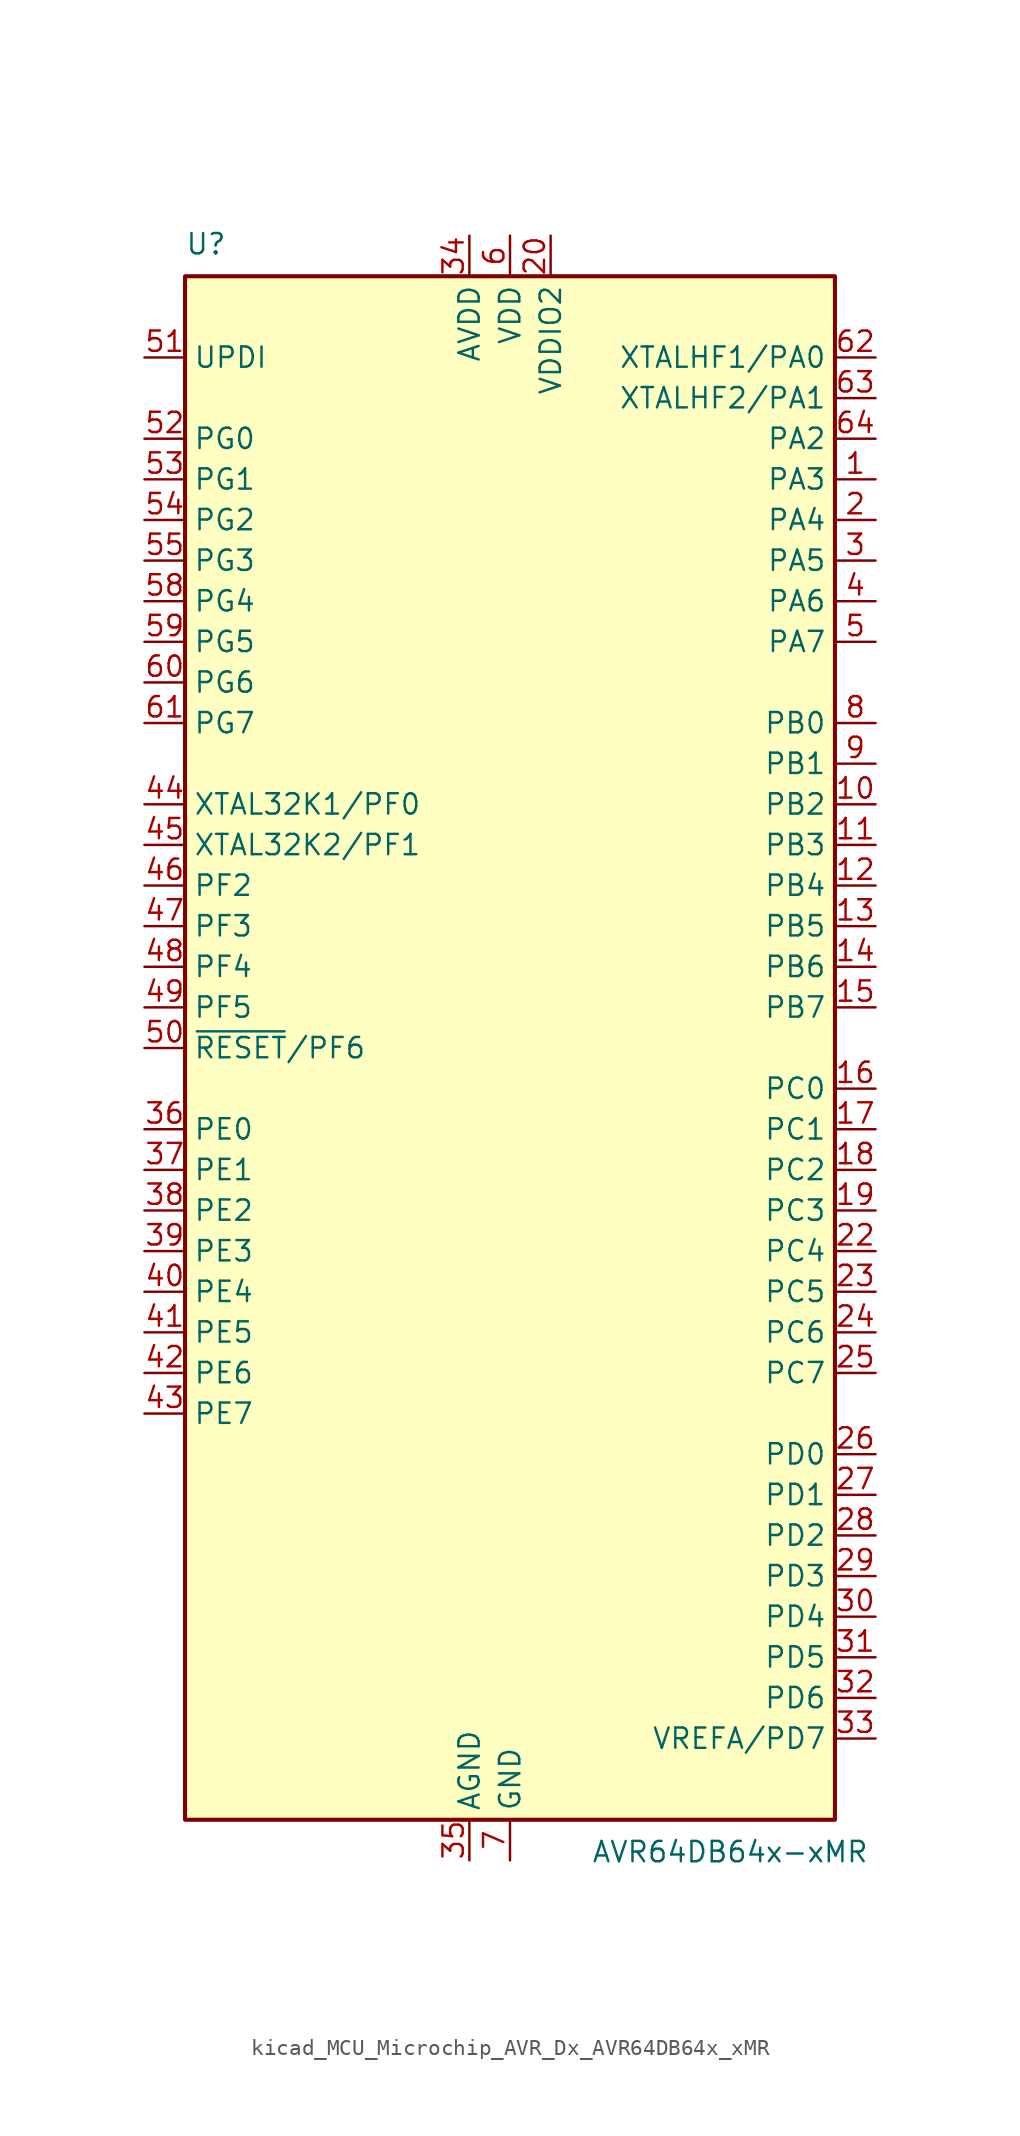
<source format=kicad_sym>
(kicad_symbol_lib
  (version 20220914)
  (generator kicad_symbol_editor)
  (symbol "kicad_MCU_Microchip_AVR_Dx_AVR64DB64x_xMR"
    (property "Reference" "U"
      (at -20.32 49.53 0)
      (effects (font (size 1.27 1.27)) (justify left bottom)))
    (property "Value" "AVR64DB64x-xMR"
      (at 5.08 -49.53 0)
      (effects (font (size 1.27 1.27)) (justify left top)))
    (symbol "kicad_MCU_Microchip_AVR_Dx_AVR64DB64x_xMR_0_1"
      (rectangle (start -20.32 48.26) (end 20.32 -48.26) (stroke (width 0.254) (type default)) (fill (type background))))
    (symbol "kicad_MCU_Microchip_AVR_Dx_AVR64DB64x_xMR_1_1"
      (pin bidirectional line (at 22.86 35.56 180) (length 2.54) (name "PA3" (effects (font (size 1.27 1.27)))) (number "1" (effects (font (size 1.27 1.27)))))
      (pin bidirectional line (at 22.86 15.24 180) (length 2.54) (name "PB2" (effects (font (size 1.27 1.27)))) (number "10" (effects (font (size 1.27 1.27)))))
      (pin bidirectional line (at 22.86 12.7 180) (length 2.54) (name "PB3" (effects (font (size 1.27 1.27)))) (number "11" (effects (font (size 1.27 1.27)))))
      (pin bidirectional line (at 22.86 10.16 180) (length 2.54) (name "PB4" (effects (font (size 1.27 1.27)))) (number "12" (effects (font (size 1.27 1.27)))))
      (pin bidirectional line (at 22.86 7.62 180) (length 2.54) (name "PB5" (effects (font (size 1.27 1.27)))) (number "13" (effects (font (size 1.27 1.27)))))
      (pin bidirectional line (at 22.86 5.08 180) (length 2.54) (name "PB6" (effects (font (size 1.27 1.27)))) (number "14" (effects (font (size 1.27 1.27)))))
      (pin bidirectional line (at 22.86 2.54 180) (length 2.54) (name "PB7" (effects (font (size 1.27 1.27)))) (number "15" (effects (font (size 1.27 1.27)))))
      (pin bidirectional line (at 22.86 -2.54 180) (length 2.54) (name "PC0" (effects (font (size 1.27 1.27)))) (number "16" (effects (font (size 1.27 1.27)))))
      (pin bidirectional line (at 22.86 -5.08 180) (length 2.54) (name "PC1" (effects (font (size 1.27 1.27)))) (number "17" (effects (font (size 1.27 1.27)))))
      (pin bidirectional line (at 22.86 -7.62 180) (length 2.54) (name "PC2" (effects (font (size 1.27 1.27)))) (number "18" (effects (font (size 1.27 1.27)))))
      (pin bidirectional line (at 22.86 -10.16 180) (length 2.54) (name "PC3" (effects (font (size 1.27 1.27)))) (number "19" (effects (font (size 1.27 1.27)))))
      (pin bidirectional line (at 22.86 33.02 180) (length 2.54) (name "PA4" (effects (font (size 1.27 1.27)))) (number "2" (effects (font (size 1.27 1.27)))))
      (pin power_in line (at 2.54 50.8 270) (length 2.54) (name "VDDIO2" (effects (font (size 1.27 1.27)))) (number "20" (effects (font (size 1.27 1.27)))))
      (pin passive line (at 0 -50.8 90) (length 2.54) hide (name "GND" (effects (font (size 1.27 1.27)))) (number "21" (effects (font (size 1.27 1.27)))))
      (pin bidirectional line (at 22.86 -12.7 180) (length 2.54) (name "PC4" (effects (font (size 1.27 1.27)))) (number "22" (effects (font (size 1.27 1.27)))))
      (pin bidirectional line (at 22.86 -15.24 180) (length 2.54) (name "PC5" (effects (font (size 1.27 1.27)))) (number "23" (effects (font (size 1.27 1.27)))))
      (pin bidirectional line (at 22.86 -17.78 180) (length 2.54) (name "PC6" (effects (font (size 1.27 1.27)))) (number "24" (effects (font (size 1.27 1.27)))))
      (pin bidirectional line (at 22.86 -20.32 180) (length 2.54) (name "PC7" (effects (font (size 1.27 1.27)))) (number "25" (effects (font (size 1.27 1.27)))))
      (pin bidirectional line (at 22.86 -25.4 180) (length 2.54) (name "PD0" (effects (font (size 1.27 1.27)))) (number "26" (effects (font (size 1.27 1.27)))))
      (pin bidirectional line (at 22.86 -27.94 180) (length 2.54) (name "PD1" (effects (font (size 1.27 1.27)))) (number "27" (effects (font (size 1.27 1.27)))))
      (pin bidirectional line (at 22.86 -30.48 180) (length 2.54) (name "PD2" (effects (font (size 1.27 1.27)))) (number "28" (effects (font (size 1.27 1.27)))))
      (pin bidirectional line (at 22.86 -33.02 180) (length 2.54) (name "PD3" (effects (font (size 1.27 1.27)))) (number "29" (effects (font (size 1.27 1.27)))))
      (pin bidirectional line (at 22.86 30.48 180) (length 2.54) (name "PA5" (effects (font (size 1.27 1.27)))) (number "3" (effects (font (size 1.27 1.27)))))
      (pin bidirectional line (at 22.86 -35.56 180) (length 2.54) (name "PD4" (effects (font (size 1.27 1.27)))) (number "30" (effects (font (size 1.27 1.27)))))
      (pin bidirectional line (at 22.86 -38.1 180) (length 2.54) (name "PD5" (effects (font (size 1.27 1.27)))) (number "31" (effects (font (size 1.27 1.27)))))
      (pin bidirectional line (at 22.86 -40.64 180) (length 2.54) (name "PD6" (effects (font (size 1.27 1.27)))) (number "32" (effects (font (size 1.27 1.27)))))
      (pin bidirectional line (at 22.86 -43.18 180) (length 2.54) (name "VREFA/PD7" (effects (font (size 1.27 1.27)))) (number "33" (effects (font (size 1.27 1.27)))))
      (pin power_in line (at -2.54 50.8 270) (length 2.54) (name "AVDD" (effects (font (size 1.27 1.27)))) (number "34" (effects (font (size 1.27 1.27)))))
      (pin power_in line (at -2.54 -50.8 90) (length 2.54) (name "AGND" (effects (font (size 1.27 1.27)))) (number "35" (effects (font (size 1.27 1.27)))))
      (pin bidirectional line (at -22.86 -5.08 0) (length 2.54) (name "PE0" (effects (font (size 1.27 1.27)))) (number "36" (effects (font (size 1.27 1.27)))))
      (pin bidirectional line (at -22.86 -7.62 0) (length 2.54) (name "PE1" (effects (font (size 1.27 1.27)))) (number "37" (effects (font (size 1.27 1.27)))))
      (pin bidirectional line (at -22.86 -10.16 0) (length 2.54) (name "PE2" (effects (font (size 1.27 1.27)))) (number "38" (effects (font (size 1.27 1.27)))))
      (pin bidirectional line (at -22.86 -12.7 0) (length 2.54) (name "PE3" (effects (font (size 1.27 1.27)))) (number "39" (effects (font (size 1.27 1.27)))))
      (pin bidirectional line (at 22.86 27.94 180) (length 2.54) (name "PA6" (effects (font (size 1.27 1.27)))) (number "4" (effects (font (size 1.27 1.27)))))
      (pin bidirectional line (at -22.86 -15.24 0) (length 2.54) (name "PE4" (effects (font (size 1.27 1.27)))) (number "40" (effects (font (size 1.27 1.27)))))
      (pin bidirectional line (at -22.86 -17.78 0) (length 2.54) (name "PE5" (effects (font (size 1.27 1.27)))) (number "41" (effects (font (size 1.27 1.27)))))
      (pin bidirectional line (at -22.86 -20.32 0) (length 2.54) (name "PE6" (effects (font (size 1.27 1.27)))) (number "42" (effects (font (size 1.27 1.27)))))
      (pin bidirectional line (at -22.86 -22.86 0) (length 2.54) (name "PE7" (effects (font (size 1.27 1.27)))) (number "43" (effects (font (size 1.27 1.27)))))
      (pin bidirectional line (at -22.86 15.24 0) (length 2.54) (name "XTAL32K1/PF0" (effects (font (size 1.27 1.27)))) (number "44" (effects (font (size 1.27 1.27)))))
      (pin bidirectional line (at -22.86 12.7 0) (length 2.54) (name "XTAL32K2/PF1" (effects (font (size 1.27 1.27)))) (number "45" (effects (font (size 1.27 1.27)))))
      (pin bidirectional line (at -22.86 10.16 0) (length 2.54) (name "PF2" (effects (font (size 1.27 1.27)))) (number "46" (effects (font (size 1.27 1.27)))))
      (pin bidirectional line (at -22.86 7.62 0) (length 2.54) (name "PF3" (effects (font (size 1.27 1.27)))) (number "47" (effects (font (size 1.27 1.27)))))
      (pin bidirectional line (at -22.86 5.08 0) (length 2.54) (name "PF4" (effects (font (size 1.27 1.27)))) (number "48" (effects (font (size 1.27 1.27)))))
      (pin bidirectional line (at -22.86 2.54 0) (length 2.54) (name "PF5" (effects (font (size 1.27 1.27)))) (number "49" (effects (font (size 1.27 1.27)))))
      (pin bidirectional line (at 22.86 25.4 180) (length 2.54) (name "PA7" (effects (font (size 1.27 1.27)))) (number "5" (effects (font (size 1.27 1.27)))))
      (pin bidirectional line (at -22.86 0 0) (length 2.54) (name "~{RESET}/PF6" (effects (font (size 1.27 1.27)))) (number "50" (effects (font (size 1.27 1.27)))))
      (pin input line (at -22.86 43.18 0) (length 2.54) (name "UPDI" (effects (font (size 1.27 1.27)))) (number "51" (effects (font (size 1.27 1.27)))))
      (pin bidirectional line (at -22.86 38.1 0) (length 2.54) (name "PG0" (effects (font (size 1.27 1.27)))) (number "52" (effects (font (size 1.27 1.27)))))
      (pin bidirectional line (at -22.86 35.56 0) (length 2.54) (name "PG1" (effects (font (size 1.27 1.27)))) (number "53" (effects (font (size 1.27 1.27)))))
      (pin bidirectional line (at -22.86 33.02 0) (length 2.54) (name "PG2" (effects (font (size 1.27 1.27)))) (number "54" (effects (font (size 1.27 1.27)))))
      (pin bidirectional line (at -22.86 30.48 0) (length 2.54) (name "PG3" (effects (font (size 1.27 1.27)))) (number "55" (effects (font (size 1.27 1.27)))))
      (pin passive line (at 0 50.8 270) (length 2.54) hide (name "VDD" (effects (font (size 1.27 1.27)))) (number "56" (effects (font (size 1.27 1.27)))))
      (pin passive line (at 0 -50.8 90) (length 2.54) hide (name "GND" (effects (font (size 1.27 1.27)))) (number "57" (effects (font (size 1.27 1.27)))))
      (pin bidirectional line (at -22.86 27.94 0) (length 2.54) (name "PG4" (effects (font (size 1.27 1.27)))) (number "58" (effects (font (size 1.27 1.27)))))
      (pin bidirectional line (at -22.86 25.4 0) (length 2.54) (name "PG5" (effects (font (size 1.27 1.27)))) (number "59" (effects (font (size 1.27 1.27)))))
      (pin power_in line (at 0 50.8 270) (length 2.54) (name "VDD" (effects (font (size 1.27 1.27)))) (number "6" (effects (font (size 1.27 1.27)))))
      (pin bidirectional line (at -22.86 22.86 0) (length 2.54) (name "PG6" (effects (font (size 1.27 1.27)))) (number "60" (effects (font (size 1.27 1.27)))))
      (pin bidirectional line (at -22.86 20.32 0) (length 2.54) (name "PG7" (effects (font (size 1.27 1.27)))) (number "61" (effects (font (size 1.27 1.27)))))
      (pin bidirectional line (at 22.86 43.18 180) (length 2.54) (name "XTALHF1/PA0" (effects (font (size 1.27 1.27)))) (number "62" (effects (font (size 1.27 1.27)))))
      (pin bidirectional line (at 22.86 40.64 180) (length 2.54) (name "XTALHF2/PA1" (effects (font (size 1.27 1.27)))) (number "63" (effects (font (size 1.27 1.27)))))
      (pin bidirectional line (at 22.86 38.1 180) (length 2.54) (name "PA2" (effects (font (size 1.27 1.27)))) (number "64" (effects (font (size 1.27 1.27)))))
      (pin passive line (at 0 -50.8 90) (length 2.54) hide (name "GND" (effects (font (size 1.27 1.27)))) (number "65" (effects (font (size 1.27 1.27)))))
      (pin power_in line (at 0 -50.8 90) (length 2.54) (name "GND" (effects (font (size 1.27 1.27)))) (number "7" (effects (font (size 1.27 1.27)))))
      (pin bidirectional line (at 22.86 20.32 180) (length 2.54) (name "PB0" (effects (font (size 1.27 1.27)))) (number "8" (effects (font (size 1.27 1.27)))))
      (pin bidirectional line (at 22.86 17.78 180) (length 2.54) (name "PB1" (effects (font (size 1.27 1.27)))) (number "9" (effects (font (size 1.27 1.27))))))))
</source>
